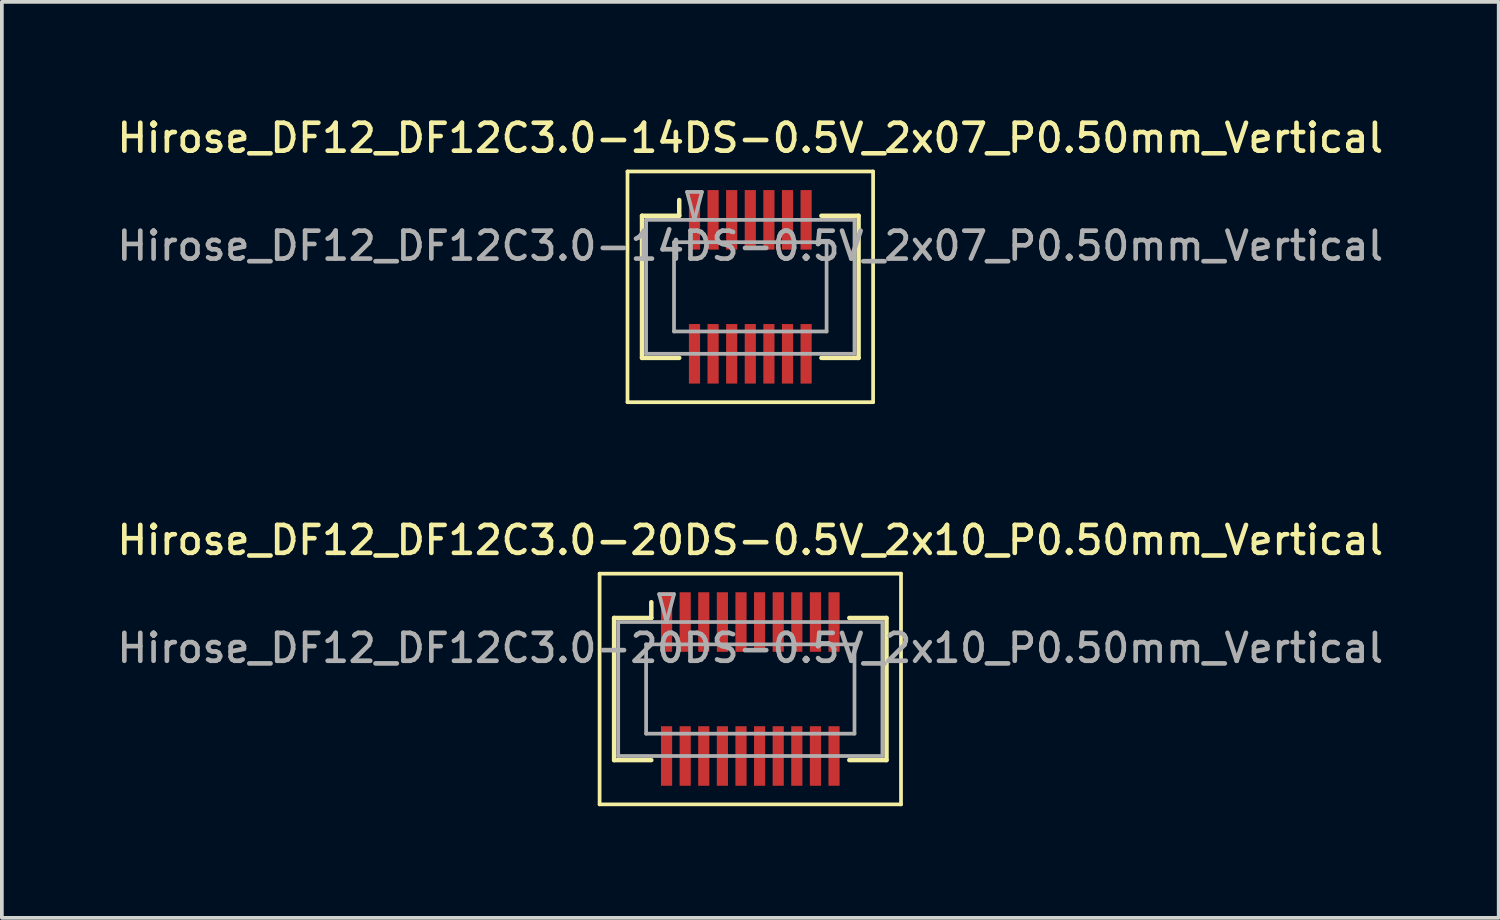
<source format=kicad_pcb>
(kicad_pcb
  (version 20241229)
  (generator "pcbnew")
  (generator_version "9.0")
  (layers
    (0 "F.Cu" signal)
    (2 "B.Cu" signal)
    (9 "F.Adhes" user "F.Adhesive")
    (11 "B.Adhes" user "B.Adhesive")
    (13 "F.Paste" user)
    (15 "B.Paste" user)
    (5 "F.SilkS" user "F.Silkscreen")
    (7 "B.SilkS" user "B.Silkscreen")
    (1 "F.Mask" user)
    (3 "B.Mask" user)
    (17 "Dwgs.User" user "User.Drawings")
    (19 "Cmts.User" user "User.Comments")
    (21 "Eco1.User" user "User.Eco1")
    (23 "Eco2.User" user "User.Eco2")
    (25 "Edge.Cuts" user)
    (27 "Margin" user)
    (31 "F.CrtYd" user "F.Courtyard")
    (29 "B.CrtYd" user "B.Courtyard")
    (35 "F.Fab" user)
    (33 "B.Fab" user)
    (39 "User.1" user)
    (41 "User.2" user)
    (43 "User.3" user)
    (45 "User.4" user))
  (footprint "Hirose_DF12_DF12C3.0-20DS-0.5V_2x10_P0.50mm_Vertical"
    (layer "F.Cu")
    (at 17.113 15.466)
    (property "Reference" "Hirose_DF12_DF12C3.0-20DS-0.5V_2x10_P0.50mm_Vertical" (at 0 -4 0) (layer "F.SilkS") (effects (font (size 0.75 0.75) (thickness 0.125))))
    (attr smd)
    (fp_line (start -4.05 -3.1) (end -4.05 3.1) (stroke (width 0.1) (type solid)) (layer "F.SilkS"))
    (fp_line (start -4.05 3.1) (end 4.05 3.1) (stroke (width 0.1) (type solid)) (layer "F.SilkS"))
    (fp_line (start -3.66 -1.91) (end -2.66 -1.91) (stroke (width 0.12) (type solid)) (layer "F.SilkS"))
    (fp_line (start -3.66 1.91) (end -3.66 -1.91) (stroke (width 0.12) (type solid)) (layer "F.SilkS"))
    (fp_line (start -2.66 -1.91) (end -2.66 -2.333) (stroke (width 0.12) (type solid)) (layer "F.SilkS"))
    (fp_line (start -2.66 1.91) (end -3.66 1.91) (stroke (width 0.12) (type solid)) (layer "F.SilkS"))
    (fp_line (start 2.66 1.91) (end 3.66 1.91) (stroke (width 0.12) (type solid)) (layer "F.SilkS"))
    (fp_line (start 3.66 -1.91) (end 2.66 -1.91) (stroke (width 0.12) (type solid)) (layer "F.SilkS"))
    (fp_line (start 3.66 1.91) (end 3.66 -1.91) (stroke (width 0.12) (type solid)) (layer "F.SilkS"))
    (fp_line (start 4.05 -3.1) (end -4.05 -3.1) (stroke (width 0.1) (type solid)) (layer "F.SilkS"))
    (fp_line (start 4.05 3.1) (end 4.05 -3.1) (stroke (width 0.1) (type solid)) (layer "F.SilkS"))
    (fp_line (start -3.55 -1.8) (end 3.55 -1.8) (stroke (width 0.1) (type solid)) (layer "F.Fab"))
    (fp_line (start -3.55 1.8) (end -3.55 -1.8) (stroke (width 0.1) (type solid)) (layer "F.Fab"))
    (fp_line (start -2.8 -1.2) (end 2.8 -1.2) (stroke (width 0.1) (type solid)) (layer "F.Fab"))
    (fp_line (start -2.8 1.2) (end -2.8 -1.2) (stroke (width 0.1) (type solid)) (layer "F.Fab"))
    (fp_line (start -2.45 -2.55) (end -2.25 -1.8) (stroke (width 0.1) (type solid)) (layer "F.Fab"))
    (fp_line (start -2.25 -1.8) (end -2.05 -2.55) (stroke (width 0.1) (type solid)) (layer "F.Fab"))
    (fp_line (start -2.05 -2.55) (end -2.45 -2.55) (stroke (width 0.1) (type solid)) (layer "F.Fab"))
    (fp_line (start 2.8 -1.2) (end 2.8 1.2) (stroke (width 0.1) (type solid)) (layer "F.Fab"))
    (fp_line (start 2.8 1.2) (end -2.8 1.2) (stroke (width 0.1) (type solid)) (layer "F.Fab"))
    (fp_line (start 3.55 -1.8) (end 3.55 1.8) (stroke (width 0.1) (type solid)) (layer "F.Fab"))
    (fp_line (start 3.55 1.8) (end -3.55 1.8) (stroke (width 0.1) (type solid)) (layer "F.Fab"))
    (fp_text user "${REFERENCE}" (at 0 -1.1 0) (layer "F.Fab") (effects (font (size 0.75 0.75) (thickness 0.125))))
    (pad "" smd rect (at -2.25 -2) (size 0.28 1.2) (layers "F.Paste"))
    (pad "" smd rect (at -2.25 2) (size 0.28 1.2) (layers "F.Paste"))
    (pad "" smd rect (at -1.75 -2) (size 0.28 1.2) (layers "F.Paste"))
    (pad "" smd rect (at -1.75 2) (size 0.28 1.2) (layers "F.Paste"))
    (pad "" smd rect (at -1.25 -2) (size 0.28 1.2) (layers "F.Paste"))
    (pad "" smd rect (at -1.25 2) (size 0.28 1.2) (layers "F.Paste"))
    (pad "" smd rect (at -0.75 -2) (size 0.28 1.2) (layers "F.Paste"))
    (pad "" smd rect (at -0.75 2) (size 0.28 1.2) (layers "F.Paste"))
    (pad "" smd rect (at -0.25 -2) (size 0.28 1.2) (layers "F.Paste"))
    (pad "" smd rect (at -0.25 2) (size 0.28 1.2) (layers "F.Paste"))
    (pad "" smd rect (at 0.25 -2) (size 0.28 1.2) (layers "F.Paste"))
    (pad "" smd rect (at 0.25 2) (size 0.28 1.2) (layers "F.Paste"))
    (pad "" smd rect (at 0.75 -2) (size 0.28 1.2) (layers "F.Paste"))
    (pad "" smd rect (at 0.75 2) (size 0.28 1.2) (layers "F.Paste"))
    (pad "" smd rect (at 1.25 -2) (size 0.28 1.2) (layers "F.Paste"))
    (pad "" smd rect (at 1.25 2) (size 0.28 1.2) (layers "F.Paste"))
    (pad "" smd rect (at 1.75 -2) (size 0.28 1.2) (layers "F.Paste"))
    (pad "" smd rect (at 1.75 2) (size 0.28 1.2) (layers "F.Paste"))
    (pad "" smd rect (at 2.25 -2) (size 0.28 1.2) (layers "F.Paste"))
    (pad "" smd rect (at 2.25 2) (size 0.28 1.2) (layers "F.Paste"))
    (pad "1" smd rect (at -2.25 -1.8) (size 0.3 1.6) (layers "F.Cu" "F.Mask"))
    (pad "2" smd rect (at -1.75 -1.8) (size 0.3 1.6) (layers "F.Cu" "F.Mask"))
    (pad "3" smd rect (at -1.25 -1.8) (size 0.3 1.6) (layers "F.Cu" "F.Mask"))
    (pad "4" smd rect (at -0.75 -1.8) (size 0.3 1.6) (layers "F.Cu" "F.Mask"))
    (pad "5" smd rect (at -0.25 -1.8) (size 0.3 1.6) (layers "F.Cu" "F.Mask"))
    (pad "6" smd rect (at 0.25 -1.8) (size 0.3 1.6) (layers "F.Cu" "F.Mask"))
    (pad "7" smd rect (at 0.75 -1.8) (size 0.3 1.6) (layers "F.Cu" "F.Mask"))
    (pad "8" smd rect (at 1.25 -1.8) (size 0.3 1.6) (layers "F.Cu" "F.Mask"))
    (pad "9" smd rect (at 1.75 -1.8) (size 0.3 1.6) (layers "F.Cu" "F.Mask"))
    (pad "10" smd rect (at 2.25 -1.8) (size 0.3 1.6) (layers "F.Cu" "F.Mask"))
    (pad "11" smd rect (at -2.25 1.8) (size 0.3 1.6) (layers "F.Cu" "F.Mask"))
    (pad "12" smd rect (at -1.75 1.8) (size 0.3 1.6) (layers "F.Cu" "F.Mask"))
    (pad "13" smd rect (at -1.25 1.8) (size 0.3 1.6) (layers "F.Cu" "F.Mask"))
    (pad "14" smd rect (at -0.75 1.8) (size 0.3 1.6) (layers "F.Cu" "F.Mask"))
    (pad "15" smd rect (at -0.25 1.8) (size 0.3 1.6) (layers "F.Cu" "F.Mask"))
    (pad "16" smd rect (at 0.25 1.8) (size 0.3 1.6) (layers "F.Cu" "F.Mask"))
    (pad "17" smd rect (at 0.75 1.8) (size 0.3 1.6) (layers "F.Cu" "F.Mask"))
    (pad "18" smd rect (at 1.25 1.8) (size 0.3 1.6) (layers "F.Cu" "F.Mask"))
    (pad "19" smd rect (at 1.75 1.8) (size 0.3 1.6) (layers "F.Cu" "F.Mask"))
    (pad "20" smd rect (at 2.25 1.8) (size 0.3 1.6) (layers "F.Cu" "F.Mask")))
  (footprint "Hirose_DF12_DF12C3.0-14DS-0.5V_2x07_P0.50mm_Vertical"
    (layer "F.Cu")
    (at 17.113 4.658)
    (property "Reference" "Hirose_DF12_DF12C3.0-14DS-0.5V_2x07_P0.50mm_Vertical" (at 0 -4 0) (layer "F.SilkS") (effects (font (size 0.75 0.75) (thickness 0.125))))
    (attr smd)
    (fp_line (start -3.3 -3.1) (end -3.3 3.1) (stroke (width 0.1) (type solid)) (layer "F.SilkS"))
    (fp_line (start -3.3 3.1) (end 3.3 3.1) (stroke (width 0.1) (type solid)) (layer "F.SilkS"))
    (fp_line (start -2.91 -1.91) (end -1.91 -1.91) (stroke (width 0.12) (type solid)) (layer "F.SilkS"))
    (fp_line (start -2.91 1.91) (end -2.91 -1.91) (stroke (width 0.12) (type solid)) (layer "F.SilkS"))
    (fp_line (start -1.91 -1.91) (end -1.91 -2.333) (stroke (width 0.12) (type solid)) (layer "F.SilkS"))
    (fp_line (start -1.91 1.91) (end -2.91 1.91) (stroke (width 0.12) (type solid)) (layer "F.SilkS"))
    (fp_line (start 1.91 1.91) (end 2.91 1.91) (stroke (width 0.12) (type solid)) (layer "F.SilkS"))
    (fp_line (start 2.91 -1.91) (end 1.91 -1.91) (stroke (width 0.12) (type solid)) (layer "F.SilkS"))
    (fp_line (start 2.91 1.91) (end 2.91 -1.91) (stroke (width 0.12) (type solid)) (layer "F.SilkS"))
    (fp_line (start 3.3 -3.1) (end -3.3 -3.1) (stroke (width 0.1) (type solid)) (layer "F.SilkS"))
    (fp_line (start 3.3 3.1) (end 3.3 -3.1) (stroke (width 0.1) (type solid)) (layer "F.SilkS"))
    (fp_line (start -2.8 -1.8) (end 2.8 -1.8) (stroke (width 0.1) (type solid)) (layer "F.Fab"))
    (fp_line (start -2.8 1.8) (end -2.8 -1.8) (stroke (width 0.1) (type solid)) (layer "F.Fab"))
    (fp_line (start -2.05 -1.2) (end 2.05 -1.2) (stroke (width 0.1) (type solid)) (layer "F.Fab"))
    (fp_line (start -2.05 1.2) (end -2.05 -1.2) (stroke (width 0.1) (type solid)) (layer "F.Fab"))
    (fp_line (start -1.7 -2.55) (end -1.5 -1.8) (stroke (width 0.1) (type solid)) (layer "F.Fab"))
    (fp_line (start -1.5 -1.8) (end -1.3 -2.55) (stroke (width 0.1) (type solid)) (layer "F.Fab"))
    (fp_line (start -1.3 -2.55) (end -1.7 -2.55) (stroke (width 0.1) (type solid)) (layer "F.Fab"))
    (fp_line (start 2.05 -1.2) (end 2.05 1.2) (stroke (width 0.1) (type solid)) (layer "F.Fab"))
    (fp_line (start 2.05 1.2) (end -2.05 1.2) (stroke (width 0.1) (type solid)) (layer "F.Fab"))
    (fp_line (start 2.8 -1.8) (end 2.8 1.8) (stroke (width 0.1) (type solid)) (layer "F.Fab"))
    (fp_line (start 2.8 1.8) (end -2.8 1.8) (stroke (width 0.1) (type solid)) (layer "F.Fab"))
    (fp_text user "${REFERENCE}" (at 0 -1.1 0) (layer "F.Fab") (effects (font (size 0.75 0.75) (thickness 0.125))))
    (pad "" smd rect (at -1.5 -2) (size 0.28 1.2) (layers "F.Paste"))
    (pad "" smd rect (at -1.5 2) (size 0.28 1.2) (layers "F.Paste"))
    (pad "" smd rect (at -1 -2) (size 0.28 1.2) (layers "F.Paste"))
    (pad "" smd rect (at -1 2) (size 0.28 1.2) (layers "F.Paste"))
    (pad "" smd rect (at -0.5 -2) (size 0.28 1.2) (layers "F.Paste"))
    (pad "" smd rect (at -0.5 2) (size 0.28 1.2) (layers "F.Paste"))
    (pad "" smd rect (at 0 -2) (size 0.28 1.2) (layers "F.Paste"))
    (pad "" smd rect (at 0 2) (size 0.28 1.2) (layers "F.Paste"))
    (pad "" smd rect (at 0.5 -2) (size 0.28 1.2) (layers "F.Paste"))
    (pad "" smd rect (at 0.5 2) (size 0.28 1.2) (layers "F.Paste"))
    (pad "" smd rect (at 1 -2) (size 0.28 1.2) (layers "F.Paste"))
    (pad "" smd rect (at 1 2) (size 0.28 1.2) (layers "F.Paste"))
    (pad "" smd rect (at 1.5 -2) (size 0.28 1.2) (layers "F.Paste"))
    (pad "" smd rect (at 1.5 2) (size 0.28 1.2) (layers "F.Paste"))
    (pad "1" smd rect (at -1.5 -1.8) (size 0.3 1.6) (layers "F.Cu" "F.Mask"))
    (pad "2" smd rect (at -1 -1.8) (size 0.3 1.6) (layers "F.Cu" "F.Mask"))
    (pad "3" smd rect (at -0.5 -1.8) (size 0.3 1.6) (layers "F.Cu" "F.Mask"))
    (pad "4" smd rect (at 0 -1.8) (size 0.3 1.6) (layers "F.Cu" "F.Mask"))
    (pad "5" smd rect (at 0.5 -1.8) (size 0.3 1.6) (layers "F.Cu" "F.Mask"))
    (pad "6" smd rect (at 1 -1.8) (size 0.3 1.6) (layers "F.Cu" "F.Mask"))
    (pad "7" smd rect (at 1.5 -1.8) (size 0.3 1.6) (layers "F.Cu" "F.Mask"))
    (pad "8" smd rect (at -1.5 1.8) (size 0.3 1.6) (layers "F.Cu" "F.Mask"))
    (pad "9" smd rect (at -1 1.8) (size 0.3 1.6) (layers "F.Cu" "F.Mask"))
    (pad "10" smd rect (at -0.5 1.8) (size 0.3 1.6) (layers "F.Cu" "F.Mask"))
    (pad "11" smd rect (at 0 1.8) (size 0.3 1.6) (layers "F.Cu" "F.Mask"))
    (pad "12" smd rect (at 0.5 1.8) (size 0.3 1.6) (layers "F.Cu" "F.Mask"))
    (pad "13" smd rect (at 1 1.8) (size 0.3 1.6) (layers "F.Cu" "F.Mask"))
    (pad "14" smd rect (at 1.5 1.8) (size 0.3 1.6) (layers "F.Cu" "F.Mask")))
  (gr_rect
    (start -3 -3)
    (end 37.225 21.616)
    (stroke (width 0.1) (type default))
    (fill no)
    (layer "Edge.Cuts")))
</source>
